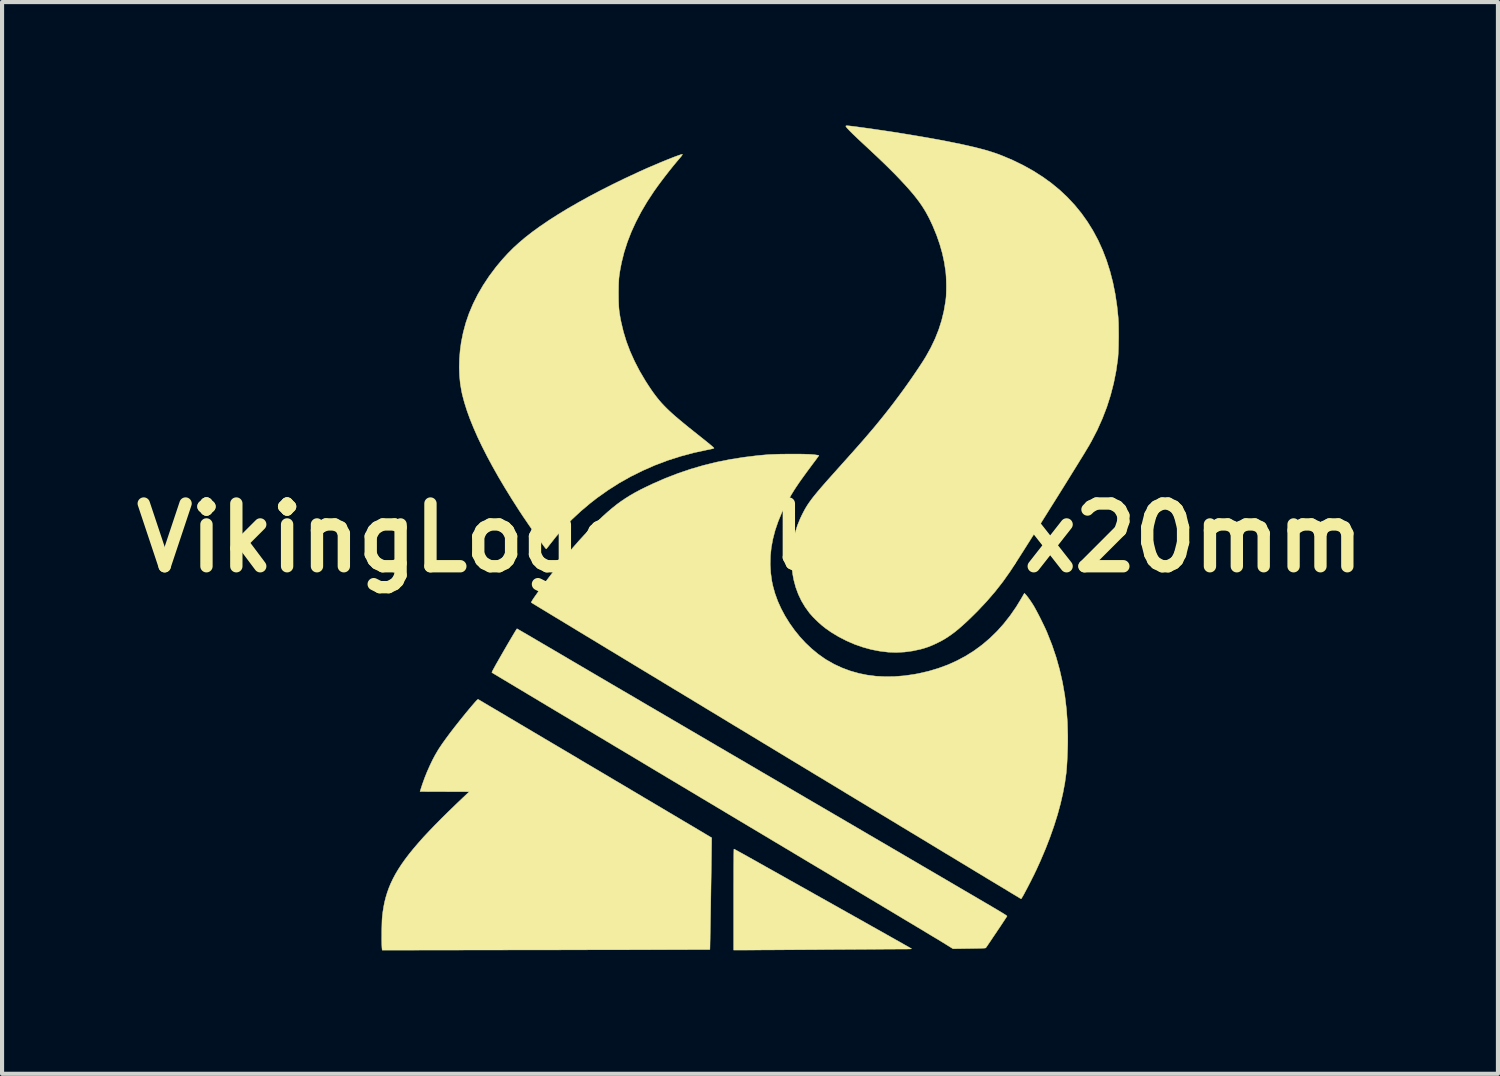
<source format=kicad_pcb>
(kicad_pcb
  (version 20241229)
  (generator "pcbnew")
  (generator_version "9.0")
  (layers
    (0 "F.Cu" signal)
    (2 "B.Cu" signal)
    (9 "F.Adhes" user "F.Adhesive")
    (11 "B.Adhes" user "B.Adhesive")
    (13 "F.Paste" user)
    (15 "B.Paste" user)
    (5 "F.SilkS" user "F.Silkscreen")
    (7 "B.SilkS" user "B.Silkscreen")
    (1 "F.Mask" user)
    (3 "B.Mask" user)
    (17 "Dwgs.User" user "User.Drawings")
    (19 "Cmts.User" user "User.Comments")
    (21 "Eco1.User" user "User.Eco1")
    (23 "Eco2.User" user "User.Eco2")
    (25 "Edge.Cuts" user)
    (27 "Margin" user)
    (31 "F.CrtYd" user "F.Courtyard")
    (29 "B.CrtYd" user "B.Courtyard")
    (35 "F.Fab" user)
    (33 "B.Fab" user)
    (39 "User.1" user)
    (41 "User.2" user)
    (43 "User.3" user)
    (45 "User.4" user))
  (footprint "VikingLogo_Silk_18x20mm"
    (layer "F.Cu")
    (at 15.175 10.02)
    (property "Reference" "VikingLogo_Silk_18x20mm" (at 0 0 0) (layer "F.SilkS") (effects (font (size 1.524 1.524) (thickness 0.3))))
    (attr through_hole)
    (fp_poly (pts (xy -0.381 7.565) (xy -0.359 7.577) (xy -0.325 7.595) (xy -0.279 7.621) (xy -0.222 7.652) (xy -0.157 7.688) (xy -0.083 7.729) (xy -0.002 7.775) (xy 0.084 7.823) (xy 0.176 7.874) (xy 0.226 7.903) (xy 0.296 7.942) (xy 0.379 7.989) (xy 0.475 8.043) (xy 0.583 8.103) (xy 0.701 8.169) (xy 0.828 8.241) (xy 0.963 8.317) (xy 1.106 8.397) (xy 1.254 8.48) (xy 1.408 8.566) (xy 1.565 8.655) (xy 1.725 8.745) (xy 1.886 8.835) (xy 2.048 8.926) (xy 2.21 9.017) (xy 2.37 9.107) (xy 2.375 9.11) (xy 2.525 9.194) (xy 2.671 9.276) (xy 2.812 9.355) (xy 2.948 9.432) (xy 3.078 9.505) (xy 3.202 9.574) (xy 3.318 9.64) (xy 3.426 9.701) (xy 3.525 9.757) (xy 3.615 9.807) (xy 3.695 9.852) (xy 3.764 9.892) (xy 3.822 9.924) (xy 3.867 9.95) (xy 3.9 9.969) (xy 3.919 9.98) (xy 3.924 9.983) (xy 3.919 9.986) (xy 3.899 9.989) (xy 3.864 9.99) (xy 3.818 9.991) (xy 3.799 9.991) (xy 3.763 9.991) (xy 3.712 9.991) (xy 3.647 9.992) (xy 3.568 9.992) (xy 3.477 9.993) (xy 3.373 9.993) (xy 3.259 9.994) (xy 3.134 9.995) (xy 3 9.996) (xy 2.857 9.997) (xy 2.707 9.998) (xy 2.549 9.999) (xy 2.386 10) (xy 2.217 10.001) (xy 2.044 10.002) (xy 1.871 10.003) (xy 1.693 10.005) (xy 1.517 10.006) (xy 1.345 10.007) (xy 1.178 10.008) (xy 1.016 10.009) (xy 0.86 10.01) (xy 0.711 10.011) (xy 0.571 10.012) (xy 0.439 10.013) (xy 0.318 10.013) (xy 0.207 10.014) (xy 0.107 10.015) (xy 0.021 10.015) (xy -0.053 10.015) (xy -0.111 10.016) (xy -0.155 10.016) (xy -0.18 10.016) (xy -0.398 10.016) (xy -0.398 8.788) (xy -0.398 8.614) (xy -0.398 8.452) (xy -0.397 8.302) (xy -0.397 8.164) (xy -0.397 8.039) (xy -0.396 7.927) (xy -0.395 7.83) (xy -0.395 7.747) (xy -0.394 7.678) (xy -0.393 7.625) (xy -0.392 7.587) (xy -0.391 7.566) (xy -0.39 7.561) (xy -0.381 7.565)) (stroke (width 0.01) (type solid)) (fill yes) (layer "F.SilkS"))
    (fp_poly (pts (xy -6.609 3.923) (xy -6.601 3.927) (xy -6.579 3.94) (xy -6.544 3.961) (xy -6.496 3.989) (xy -6.436 4.025) (xy -6.365 4.067) (xy -6.282 4.116) (xy -6.189 4.171) (xy -6.087 4.231) (xy -5.975 4.297) (xy -5.855 4.369) (xy -5.727 4.444) (xy -5.592 4.525) (xy -5.449 4.609) (xy -5.301 4.697) (xy -5.147 4.788) (xy -4.989 4.882) (xy -4.826 4.978) (xy -4.659 5.077) (xy -4.489 5.177) (xy -4.317 5.279) (xy -4.143 5.383) (xy -3.968 5.487) (xy -3.791 5.591) (xy -3.615 5.695) (xy -3.44 5.799) (xy -3.265 5.903) (xy -3.092 6.005) (xy -2.922 6.106) (xy -2.755 6.205) (xy -2.591 6.303) (xy -2.431 6.397) (xy -2.276 6.489) (xy -2.126 6.578) (xy -1.983 6.663) (xy -1.846 6.744) (xy -1.716 6.821) (xy -1.594 6.894) (xy -1.48 6.961) (xy -1.375 7.023) (xy -1.28 7.08) (xy -1.195 7.13) (xy -1.121 7.174) (xy -1.058 7.212) (xy -1.007 7.242) (xy -0.969 7.265) (xy -0.944 7.279) (xy -0.933 7.286) (xy -0.932 7.286) (xy -0.932 7.295) (xy -0.932 7.319) (xy -0.933 7.359) (xy -0.933 7.411) (xy -0.934 7.477) (xy -0.935 7.554) (xy -0.936 7.641) (xy -0.937 7.737) (xy -0.939 7.842) (xy -0.94 7.954) (xy -0.942 8.072) (xy -0.944 8.194) (xy -0.946 8.321) (xy -0.948 8.45) (xy -0.95 8.581) (xy -0.952 8.712) (xy -0.954 8.843) (xy -0.956 8.972) (xy -0.958 9.098) (xy -0.96 9.221) (xy -0.962 9.339) (xy -0.964 9.45) (xy -0.966 9.555) (xy -0.968 9.651) (xy -0.969 9.738) (xy -0.971 9.815) (xy -0.972 9.88) (xy -0.973 9.932) (xy -0.974 9.971) (xy -0.975 9.995) (xy -0.975 10.003) (xy -0.984 10.003) (xy -1.009 10.004) (xy -1.05 10.004) (xy -1.106 10.004) (xy -1.177 10.004) (xy -1.262 10.005) (xy -1.361 10.005) (xy -1.474 10.005) (xy -1.599 10.006) (xy -1.736 10.006) (xy -1.886 10.006) (xy -2.046 10.007) (xy -2.217 10.007) (xy -2.398 10.007) (xy -2.588 10.008) (xy -2.788 10.008) (xy -2.997 10.009) (xy -3.213 10.009) (xy -3.437 10.01) (xy -3.668 10.01) (xy -3.905 10.01) (xy -4.148 10.011) (xy -4.397 10.011) (xy -4.651 10.012) (xy -4.909 10.012) (xy -4.958 10.012) (xy -8.938 10.018) (xy -8.944 9.96) (xy -8.946 9.923) (xy -8.948 9.871) (xy -8.949 9.809) (xy -8.95 9.738) (xy -8.949 9.661) (xy -8.949 9.582) (xy -8.948 9.503) (xy -8.946 9.426) (xy -8.944 9.356) (xy -8.942 9.293) (xy -8.939 9.243) (xy -8.937 9.219) (xy -8.923 9.095) (xy -8.904 8.974) (xy -8.881 8.855) (xy -8.852 8.739) (xy -8.817 8.624) (xy -8.777 8.51) (xy -8.73 8.397) (xy -8.675 8.282) (xy -8.614 8.167) (xy -8.544 8.05) (xy -8.466 7.93) (xy -8.379 7.808) (xy -8.283 7.681) (xy -8.177 7.551) (xy -8.061 7.415) (xy -7.935 7.273) (xy -7.797 7.126) (xy -7.648 6.971) (xy -7.487 6.808) (xy -7.314 6.638) (xy -7.128 6.458) (xy -6.965 6.303) (xy -6.822 6.168) (xy -7.421 6.166) (xy -8.019 6.164) (xy -8.013 6.145) (xy -7.964 5.993) (xy -7.909 5.839) (xy -7.848 5.687) (xy -7.783 5.54) (xy -7.716 5.4) (xy -7.647 5.27) (xy -7.578 5.153) (xy -7.551 5.11) (xy -7.474 4.996) (xy -7.385 4.872) (xy -7.285 4.737) (xy -7.174 4.593) (xy -7.053 4.44) (xy -6.969 4.336) (xy -6.892 4.241) (xy -6.823 4.158) (xy -6.764 4.088) (xy -6.713 4.029) (xy -6.673 3.983) (xy -6.642 3.95) (xy -6.621 3.93) (xy -6.609 3.923) (xy -6.609 3.923)) (stroke (width 0.01) (type solid)) (fill yes) (layer "F.SilkS"))
    (fp_poly (pts (xy -5.653 2.213) (xy -5.631 2.225) (xy -5.597 2.245) (xy -5.552 2.271) (xy -5.497 2.303) (xy -5.433 2.34) (xy -5.363 2.381) (xy -5.286 2.426) (xy -5.204 2.474) (xy -5.161 2.5) (xy -4.872 2.669) (xy -4.582 2.839) (xy -4.292 3.01) (xy -4 3.181) (xy -3.705 3.354) (xy -3.407 3.529) (xy -3.105 3.706) (xy -2.798 3.885) (xy -2.486 4.069) (xy -2.167 4.255) (xy -1.841 4.446) (xy -1.508 4.641) (xy -1.166 4.841) (xy -0.815 5.047) (xy -0.454 5.258) (xy -0.082 5.475) (xy 0.301 5.7) (xy 0.697 5.931) (xy 1.105 6.17) (xy 1.527 6.417) (xy 1.634 6.479) (xy 1.957 6.668) (xy 2.274 6.853) (xy 2.585 7.035) (xy 2.887 7.212) (xy 3.182 7.384) (xy 3.469 7.552) (xy 3.746 7.714) (xy 4.014 7.871) (xy 4.272 8.022) (xy 4.52 8.167) (xy 4.756 8.305) (xy 4.981 8.437) (xy 5.194 8.562) (xy 5.395 8.679) (xy 5.582 8.789) (xy 5.755 8.89) (xy 5.891 8.97) (xy 5.979 9.022) (xy 6.053 9.066) (xy 6.113 9.102) (xy 6.162 9.132) (xy 6.198 9.155) (xy 6.223 9.172) (xy 6.239 9.184) (xy 6.245 9.191) (xy 6.245 9.192) (xy 6.239 9.202) (xy 6.225 9.223) (xy 6.204 9.256) (xy 6.176 9.298) (xy 6.144 9.347) (xy 6.107 9.403) (xy 6.067 9.463) (xy 6.025 9.525) (xy 5.982 9.59) (xy 5.939 9.653) (xy 5.897 9.715) (xy 5.858 9.774) (xy 5.822 9.827) (xy 5.79 9.874) (xy 5.764 9.913) (xy 5.744 9.941) (xy 5.732 9.958) (xy 5.729 9.963) (xy 5.721 9.965) (xy 5.702 9.968) (xy 5.671 9.97) (xy 5.627 9.972) (xy 5.569 9.974) (xy 5.497 9.975) (xy 5.41 9.977) (xy 5.326 9.978) (xy 4.932 9.984) (xy 4.692 9.835) (xy 4.672 9.823) (xy 4.638 9.802) (xy 4.591 9.773) (xy 4.529 9.736) (xy 4.455 9.692) (xy 4.368 9.64) (xy 4.269 9.58) (xy 4.158 9.513) (xy 4.036 9.44) (xy 3.903 9.36) (xy 3.758 9.274) (xy 3.604 9.181) (xy 3.439 9.082) (xy 3.265 8.978) (xy 3.081 8.868) (xy 2.889 8.753) (xy 2.688 8.633) (xy 2.48 8.508) (xy 2.263 8.378) (xy 2.039 8.244) (xy 1.809 8.106) (xy 1.571 7.964) (xy 1.328 7.819) (xy 1.079 7.67) (xy 0.824 7.517) (xy 0.564 7.362) (xy 0.3 7.204) (xy 0.032 7.044) (xy -0.241 6.881) (xy -0.517 6.716) (xy -0.796 6.549) (xy -0.904 6.484) (xy -1.183 6.318) (xy -1.458 6.153) (xy -1.729 5.991) (xy -1.996 5.832) (xy -2.258 5.675) (xy -2.515 5.521) (xy -2.767 5.37) (xy -3.013 5.223) (xy -3.253 5.08) (xy -3.487 4.94) (xy -3.714 4.804) (xy -3.933 4.673) (xy -4.146 4.546) (xy -4.35 4.424) (xy -4.546 4.307) (xy -4.733 4.195) (xy -4.912 4.088) (xy -5.081 3.987) (xy -5.24 3.891) (xy -5.39 3.802) (xy -5.529 3.718) (xy -5.657 3.642) (xy -5.775 3.571) (xy -5.88 3.508) (xy -5.974 3.452) (xy -6.056 3.403) (xy -6.125 3.361) (xy -6.181 3.328) (xy -6.224 3.302) (xy -6.254 3.284) (xy -6.269 3.275) (xy -6.272 3.273) (xy -6.272 3.268) (xy -6.268 3.256) (xy -6.259 3.237) (xy -6.246 3.21) (xy -6.226 3.174) (xy -6.201 3.128) (xy -6.17 3.071) (xy -6.131 3.003) (xy -6.085 2.923) (xy -6.032 2.83) (xy -5.977 2.735) (xy -5.927 2.648) (xy -5.879 2.566) (xy -5.834 2.489) (xy -5.793 2.42) (xy -5.756 2.358) (xy -5.725 2.305) (xy -5.699 2.263) (xy -5.679 2.232) (xy -5.667 2.213) (xy -5.662 2.208) (xy -5.653 2.213)) (stroke (width 0.01) (type solid)) (fill yes) (layer "F.SilkS"))
    (fp_poly (pts (xy -1.644 -9.32) (xy -1.643 -9.313) (xy -1.655 -9.294) (xy -1.678 -9.263) (xy -1.707 -9.229) (xy -1.8 -9.119) (xy -1.894 -9.004) (xy -1.988 -8.886) (xy -2.079 -8.769) (xy -2.166 -8.654) (xy -2.246 -8.546) (xy -2.317 -8.446) (xy -2.338 -8.416) (xy -2.501 -8.168) (xy -2.646 -7.922) (xy -2.774 -7.676) (xy -2.886 -7.431) (xy -2.981 -7.186) (xy -3.059 -6.942) (xy -3.12 -6.698) (xy -3.149 -6.553) (xy -3.161 -6.483) (xy -3.171 -6.42) (xy -3.179 -6.363) (xy -3.185 -6.308) (xy -3.189 -6.251) (xy -3.192 -6.191) (xy -3.194 -6.123) (xy -3.195 -6.045) (xy -3.196 -5.954) (xy -3.196 -5.939) (xy -3.195 -5.837) (xy -3.194 -5.748) (xy -3.191 -5.67) (xy -3.187 -5.598) (xy -3.181 -5.531) (xy -3.172 -5.464) (xy -3.161 -5.395) (xy -3.148 -5.32) (xy -3.133 -5.247) (xy -3.076 -5.007) (xy -3.003 -4.768) (xy -2.913 -4.53) (xy -2.806 -4.292) (xy -2.683 -4.055) (xy -2.543 -3.817) (xy -2.459 -3.687) (xy -2.407 -3.609) (xy -2.356 -3.536) (xy -2.305 -3.467) (xy -2.254 -3.401) (xy -2.202 -3.337) (xy -2.147 -3.274) (xy -2.089 -3.212) (xy -2.026 -3.148) (xy -1.957 -3.082) (xy -1.882 -3.013) (xy -1.799 -2.94) (xy -1.707 -2.863) (xy -1.606 -2.779) (xy -1.494 -2.687) (xy -1.37 -2.588) (xy -1.263 -2.503) (xy -1.171 -2.43) (xy -1.092 -2.367) (xy -1.025 -2.313) (xy -0.972 -2.269) (xy -0.93 -2.234) (xy -0.9 -2.207) (xy -0.882 -2.19) (xy -0.875 -2.18) (xy -0.882 -2.176) (xy -0.904 -2.169) (xy -0.938 -2.16) (xy -0.984 -2.15) (xy -1.039 -2.139) (xy -1.043 -2.139) (xy -1.37 -2.068) (xy -1.689 -1.982) (xy -2.003 -1.882) (xy -2.309 -1.766) (xy -2.607 -1.635) (xy -2.898 -1.491) (xy -3.18 -1.332) (xy -3.452 -1.159) (xy -3.716 -0.972) (xy -3.878 -0.846) (xy -4.106 -0.654) (xy -4.321 -0.455) (xy -4.522 -0.249) (xy -4.708 -0.038) (xy -4.86 0.154) (xy -4.889 0.191) (xy -4.914 0.224) (xy -4.934 0.249) (xy -4.947 0.264) (xy -4.952 0.268) (xy -4.959 0.263) (xy -4.973 0.247) (xy -4.992 0.223) (xy -4.998 0.215) (xy -5.062 0.127) (xy -5.134 0.028) (xy -5.209 -0.079) (xy -5.288 -0.191) (xy -5.366 -0.303) (xy -5.441 -0.414) (xy -5.513 -0.519) (xy -5.577 -0.616) (xy -5.601 -0.652) (xy -5.781 -0.933) (xy -5.95 -1.207) (xy -6.108 -1.473) (xy -6.254 -1.732) (xy -6.389 -1.983) (xy -6.512 -2.225) (xy -6.623 -2.458) (xy -6.721 -2.682) (xy -6.808 -2.897) (xy -6.882 -3.103) (xy -6.943 -3.298) (xy -6.992 -3.483) (xy -7.01 -3.569) (xy -7.041 -3.751) (xy -7.059 -3.943) (xy -7.066 -4.142) (xy -7.061 -4.347) (xy -7.044 -4.555) (xy -7.018 -4.75) (xy -6.97 -4.988) (xy -6.907 -5.223) (xy -6.827 -5.456) (xy -6.73 -5.685) (xy -6.617 -5.911) (xy -6.487 -6.135) (xy -6.341 -6.356) (xy -6.178 -6.574) (xy -6.143 -6.617) (xy -6.017 -6.767) (xy -5.887 -6.909) (xy -5.751 -7.046) (xy -5.607 -7.177) (xy -5.453 -7.307) (xy -5.287 -7.436) (xy -5.107 -7.567) (xy -5.094 -7.575) (xy -4.885 -7.718) (xy -4.659 -7.862) (xy -4.419 -8.008) (xy -4.164 -8.154) (xy -3.897 -8.302) (xy -3.617 -8.449) (xy -3.326 -8.596) (xy -3.024 -8.743) (xy -2.713 -8.887) (xy -2.684 -8.901) (xy -2.59 -8.943) (xy -2.494 -8.986) (xy -2.396 -9.028) (xy -2.299 -9.069) (xy -2.204 -9.11) (xy -2.112 -9.148) (xy -2.024 -9.184) (xy -1.942 -9.216) (xy -1.868 -9.246) (xy -1.801 -9.271) (xy -1.745 -9.291) (xy -1.699 -9.307) (xy -1.666 -9.317) (xy -1.647 -9.32) (xy -1.644 -9.32)) (stroke (width 0.01) (type solid)) (fill yes) (layer "F.SilkS"))
    (fp_poly (pts (xy 1.117 -2.037) (xy 1.211 -2.036) (xy 1.299 -2.035) (xy 1.38 -2.032) (xy 1.45 -2.03) (xy 1.509 -2.026) (xy 1.554 -2.022) (xy 1.566 -2.021) (xy 1.606 -2.015) (xy 1.64 -2.01) (xy 1.664 -2.005) (xy 1.674 -2.003) (xy 1.674 -2.003) (xy 1.67 -1.996) (xy 1.657 -1.977) (xy 1.635 -1.947) (xy 1.607 -1.908) (xy 1.572 -1.861) (xy 1.532 -1.808) (xy 1.489 -1.75) (xy 1.471 -1.726) (xy 1.385 -1.61) (xy 1.308 -1.504) (xy 1.239 -1.408) (xy 1.176 -1.318) (xy 1.119 -1.233) (xy 1.066 -1.151) (xy 1.016 -1.07) (xy 0.999 -1.041) (xy 0.877 -0.825) (xy 0.771 -0.611) (xy 0.683 -0.397) (xy 0.611 -0.186) (xy 0.556 0.025) (xy 0.517 0.234) (xy 0.496 0.441) (xy 0.491 0.646) (xy 0.503 0.85) (xy 0.531 1.052) (xy 0.555 1.166) (xy 0.606 1.35) (xy 0.673 1.535) (xy 0.755 1.717) (xy 0.851 1.897) (xy 0.959 2.071) (xy 1.078 2.239) (xy 1.208 2.4) (xy 1.347 2.551) (xy 1.495 2.691) (xy 1.649 2.819) (xy 1.81 2.933) (xy 1.856 2.963) (xy 2.04 3.068) (xy 2.232 3.157) (xy 2.43 3.231) (xy 2.634 3.29) (xy 2.845 3.333) (xy 3.063 3.361) (xy 3.287 3.372) (xy 3.516 3.369) (xy 3.752 3.35) (xy 3.994 3.315) (xy 4.089 3.297) (xy 4.339 3.24) (xy 4.579 3.168) (xy 4.81 3.083) (xy 5.031 2.983) (xy 5.244 2.869) (xy 5.447 2.741) (xy 5.641 2.598) (xy 5.825 2.442) (xy 6.001 2.271) (xy 6.166 2.087) (xy 6.322 1.888) (xy 6.469 1.676) (xy 6.592 1.474) (xy 6.666 1.346) (xy 6.687 1.365) (xy 6.708 1.388) (xy 6.736 1.423) (xy 6.769 1.466) (xy 6.804 1.515) (xy 6.839 1.567) (xy 6.872 1.618) (xy 6.896 1.657) (xy 6.926 1.71) (xy 6.961 1.774) (xy 7 1.848) (xy 7.041 1.927) (xy 7.082 2.01) (xy 7.122 2.092) (xy 7.16 2.17) (xy 7.193 2.242) (xy 7.22 2.304) (xy 7.221 2.307) (xy 7.338 2.603) (xy 7.439 2.902) (xy 7.524 3.206) (xy 7.594 3.516) (xy 7.649 3.83) (xy 7.688 4.152) (xy 7.712 4.48) (xy 7.721 4.815) (xy 7.721 4.86) (xy 7.721 4.95) (xy 7.719 5.048) (xy 7.716 5.151) (xy 7.712 5.255) (xy 7.708 5.357) (xy 7.703 5.456) (xy 7.697 5.547) (xy 7.691 5.628) (xy 7.685 5.696) (xy 7.683 5.715) (xy 7.65 5.955) (xy 7.603 6.204) (xy 7.544 6.461) (xy 7.472 6.726) (xy 7.387 6.997) (xy 7.29 7.273) (xy 7.181 7.555) (xy 7.06 7.84) (xy 6.956 8.069) (xy 6.928 8.126) (xy 6.898 8.19) (xy 6.864 8.256) (xy 6.83 8.325) (xy 6.794 8.395) (xy 6.759 8.463) (xy 6.725 8.529) (xy 6.692 8.59) (xy 6.663 8.645) (xy 6.637 8.692) (xy 6.615 8.729) (xy 6.599 8.756) (xy 6.589 8.77) (xy 6.587 8.771) (xy 6.58 8.767) (xy 6.558 8.754) (xy 6.523 8.733) (xy 6.474 8.703) (xy 6.412 8.666) (xy 6.337 8.621) (xy 6.25 8.568) (xy 6.151 8.508) (xy 6.04 8.441) (xy 5.917 8.367) (xy 5.783 8.287) (xy 5.639 8.199) (xy 5.484 8.106) (xy 5.319 8.006) (xy 5.145 7.901) (xy 4.961 7.789) (xy 4.767 7.673) (xy 4.566 7.551) (xy 4.355 7.423) (xy 4.137 7.291) (xy 3.911 7.155) (xy 3.678 7.014) (xy 3.437 6.868) (xy 3.19 6.719) (xy 2.937 6.566) (xy 2.677 6.409) (xy 2.412 6.249) (xy 2.142 6.085) (xy 1.866 5.918) (xy 1.586 5.749) (xy 1.302 5.577) (xy 1.013 5.403) (xy 0.721 5.226) (xy 0.639 5.176) (xy 0.346 4.999) (xy 0.057 4.824) (xy -0.229 4.651) (xy -0.511 4.481) (xy -0.787 4.313) (xy -1.059 4.149) (xy -1.326 3.987) (xy -1.587 3.829) (xy -1.843 3.675) (xy -2.092 3.524) (xy -2.334 3.377) (xy -2.57 3.235) (xy -2.798 3.097) (xy -3.019 2.963) (xy -3.231 2.834) (xy -3.436 2.711) (xy -3.632 2.592) (xy -3.818 2.479) (xy -3.996 2.372) (xy -4.164 2.27) (xy -4.322 2.174) (xy -4.469 2.085) (xy -4.606 2.002) (xy -4.732 1.926) (xy -4.847 1.856) (xy -4.949 1.794) (xy -5.04 1.739) (xy -5.119 1.691) (xy -5.185 1.651) (xy -5.237 1.619) (xy -5.277 1.595) (xy -5.302 1.579) (xy -5.314 1.572) (xy -5.315 1.572) (xy -5.313 1.561) (xy -5.302 1.538) (xy -5.28 1.502) (xy -5.248 1.454) (xy -5.206 1.394) (xy -5.155 1.322) (xy -5.094 1.238) (xy -5.024 1.143) (xy -4.958 1.054) (xy -4.751 0.784) (xy -4.548 0.529) (xy -4.349 0.29) (xy -4.153 0.066) (xy -3.962 -0.142) (xy -3.774 -0.335) (xy -3.591 -0.511) (xy -3.454 -0.634) (xy -3.348 -0.724) (xy -3.243 -0.808) (xy -3.137 -0.886) (xy -3.027 -0.96) (xy -2.912 -1.032) (xy -2.79 -1.102) (xy -2.657 -1.173) (xy -2.512 -1.244) (xy -2.354 -1.319) (xy -2.051 -1.451) (xy -1.747 -1.568) (xy -1.44 -1.672) (xy -1.128 -1.763) (xy -0.81 -1.841) (xy -0.485 -1.906) (xy -0.151 -1.959) (xy 0.193 -2.001) (xy 0.415 -2.021) (xy 0.478 -2.025) (xy 0.553 -2.028) (xy 0.636 -2.031) (xy 0.727 -2.034) (xy 0.822 -2.035) (xy 0.92 -2.037) (xy 1.019 -2.037) (xy 1.117 -2.037)) (stroke (width 0.01) (type solid)) (fill yes) (layer "F.SilkS"))
    (fp_poly (pts (xy 2.385 -10.013) (xy 2.418 -10.01) (xy 2.463 -10.005) (xy 2.52 -9.998) (xy 2.591 -9.989) (xy 2.669 -9.978) (xy 2.913 -9.945) (xy 3.158 -9.909) (xy 3.402 -9.873) (xy 3.645 -9.835) (xy 3.883 -9.796) (xy 4.116 -9.757) (xy 4.341 -9.718) (xy 4.558 -9.679) (xy 4.764 -9.64) (xy 4.958 -9.601) (xy 5.138 -9.564) (xy 5.262 -9.537) (xy 5.422 -9.5) (xy 5.567 -9.464) (xy 5.7 -9.429) (xy 5.822 -9.393) (xy 5.937 -9.356) (xy 6.045 -9.318) (xy 6.117 -9.29) (xy 6.385 -9.177) (xy 6.639 -9.053) (xy 6.88 -8.919) (xy 7.108 -8.774) (xy 7.323 -8.619) (xy 7.525 -8.453) (xy 7.713 -8.276) (xy 7.888 -8.089) (xy 8.05 -7.891) (xy 8.199 -7.682) (xy 8.335 -7.463) (xy 8.458 -7.233) (xy 8.567 -6.993) (xy 8.664 -6.741) (xy 8.747 -6.479) (xy 8.817 -6.207) (xy 8.874 -5.923) (xy 8.918 -5.629) (xy 8.945 -5.368) (xy 8.949 -5.308) (xy 8.953 -5.234) (xy 8.955 -5.15) (xy 8.956 -5.058) (xy 8.957 -4.961) (xy 8.957 -4.861) (xy 8.955 -4.762) (xy 8.954 -4.665) (xy 8.951 -4.575) (xy 8.948 -4.492) (xy 8.943 -4.421) (xy 8.939 -4.363) (xy 8.938 -4.352) (xy 8.895 -4.052) (xy 8.836 -3.757) (xy 8.761 -3.466) (xy 8.67 -3.18) (xy 8.562 -2.9) (xy 8.439 -2.624) (xy 8.299 -2.354) (xy 8.232 -2.235) (xy 8.204 -2.189) (xy 8.168 -2.129) (xy 8.125 -2.057) (xy 8.074 -1.974) (xy 8.016 -1.881) (xy 7.953 -1.778) (xy 7.884 -1.667) (xy 7.811 -1.549) (xy 7.734 -1.424) (xy 7.653 -1.294) (xy 7.569 -1.16) (xy 7.484 -1.023) (xy 7.396 -0.883) (xy 7.308 -0.743) (xy 7.22 -0.602) (xy 7.132 -0.462) (xy 7.045 -0.323) (xy 6.96 -0.188) (xy 6.877 -0.056) (xy 6.797 0.071) (xy 6.72 0.192) (xy 6.648 0.306) (xy 6.58 0.413) (xy 6.518 0.51) (xy 6.461 0.598) (xy 6.412 0.675) (xy 6.37 0.74) (xy 6.335 0.792) (xy 6.322 0.813) (xy 6.148 1.059) (xy 5.959 1.301) (xy 5.754 1.539) (xy 5.532 1.775) (xy 5.486 1.821) (xy 5.37 1.935) (xy 5.263 2.038) (xy 5.163 2.129) (xy 5.07 2.21) (xy 4.981 2.283) (xy 4.895 2.347) (xy 4.811 2.405) (xy 4.727 2.458) (xy 4.643 2.506) (xy 4.559 2.548) (xy 4.469 2.591) (xy 4.388 2.626) (xy 4.311 2.655) (xy 4.232 2.681) (xy 4.147 2.705) (xy 4.146 2.705) (xy 3.949 2.748) (xy 3.751 2.774) (xy 3.553 2.784) (xy 3.355 2.777) (xy 3.349 2.776) (xy 3.146 2.751) (xy 2.942 2.711) (xy 2.74 2.655) (xy 2.539 2.585) (xy 2.344 2.5) (xy 2.155 2.403) (xy 1.974 2.294) (xy 1.83 2.193) (xy 1.755 2.133) (xy 1.676 2.064) (xy 1.598 1.99) (xy 1.525 1.916) (xy 1.461 1.844) (xy 1.445 1.825) (xy 1.34 1.681) (xy 1.25 1.53) (xy 1.174 1.371) (xy 1.112 1.203) (xy 1.064 1.026) (xy 1.037 0.881) (xy 1.03 0.825) (xy 1.025 0.757) (xy 1.021 0.679) (xy 1.018 0.595) (xy 1.017 0.51) (xy 1.018 0.426) (xy 1.02 0.348) (xy 1.024 0.278) (xy 1.028 0.237) (xy 1.056 0.05) (xy 1.097 -0.128) (xy 1.151 -0.3) (xy 1.22 -0.469) (xy 1.263 -0.559) (xy 1.292 -0.616) (xy 1.321 -0.671) (xy 1.35 -0.723) (xy 1.381 -0.774) (xy 1.414 -0.825) (xy 1.451 -0.878) (xy 1.491 -0.933) (xy 1.536 -0.992) (xy 1.587 -1.055) (xy 1.644 -1.124) (xy 1.709 -1.201) (xy 1.782 -1.285) (xy 1.864 -1.379) (xy 1.957 -1.483) (xy 2.031 -1.566) (xy 2.086 -1.627) (xy 2.149 -1.698) (xy 2.217 -1.774) (xy 2.288 -1.853) (xy 2.357 -1.93) (xy 2.422 -2.003) (xy 2.459 -2.044) (xy 2.602 -2.205) (xy 2.735 -2.356) (xy 2.858 -2.499) (xy 2.975 -2.636) (xy 3.085 -2.768) (xy 3.191 -2.898) (xy 3.295 -3.028) (xy 3.398 -3.159) (xy 3.501 -3.293) (xy 3.562 -3.375) (xy 3.642 -3.482) (xy 3.724 -3.594) (xy 3.806 -3.708) (xy 3.887 -3.823) (xy 3.966 -3.937) (xy 4.041 -4.047) (xy 4.111 -4.152) (xy 4.175 -4.249) (xy 4.231 -4.337) (xy 4.274 -4.407) (xy 4.394 -4.623) (xy 4.497 -4.839) (xy 4.584 -5.058) (xy 4.655 -5.28) (xy 4.71 -5.505) (xy 4.75 -5.735) (xy 4.76 -5.812) (xy 4.765 -5.867) (xy 4.768 -5.936) (xy 4.77 -6.013) (xy 4.771 -6.097) (xy 4.77 -6.183) (xy 4.768 -6.267) (xy 4.765 -6.345) (xy 4.76 -6.415) (xy 4.755 -6.469) (xy 4.721 -6.693) (xy 4.673 -6.915) (xy 4.61 -7.136) (xy 4.533 -7.357) (xy 4.441 -7.581) (xy 4.407 -7.654) (xy 4.358 -7.758) (xy 4.31 -7.849) (xy 4.263 -7.934) (xy 4.212 -8.016) (xy 4.178 -8.069) (xy 4.116 -8.159) (xy 4.045 -8.253) (xy 3.965 -8.353) (xy 3.875 -8.458) (xy 3.776 -8.569) (xy 3.666 -8.687) (xy 3.546 -8.813) (xy 3.414 -8.946) (xy 3.271 -9.087) (xy 3.115 -9.236) (xy 2.946 -9.395) (xy 2.811 -9.521) (xy 2.711 -9.614) (xy 2.624 -9.695) (xy 2.549 -9.767) (xy 2.485 -9.828) (xy 2.433 -9.88) (xy 2.392 -9.923) (xy 2.361 -9.956) (xy 2.341 -9.981) (xy 2.33 -9.998) (xy 2.328 -10.004) (xy 2.33 -10.009) (xy 2.334 -10.013) (xy 2.344 -10.014) (xy 2.36 -10.015) (xy 2.385 -10.013)) (stroke (width 0.01) (type solid)) (fill yes) (layer "F.SilkS")))
  (gr_rect
    (start -3 -3)
    (end 33.349 23.043)
    (stroke (width 0.1) (type default))
    (fill no)
    (layer "Edge.Cuts")))
</source>
